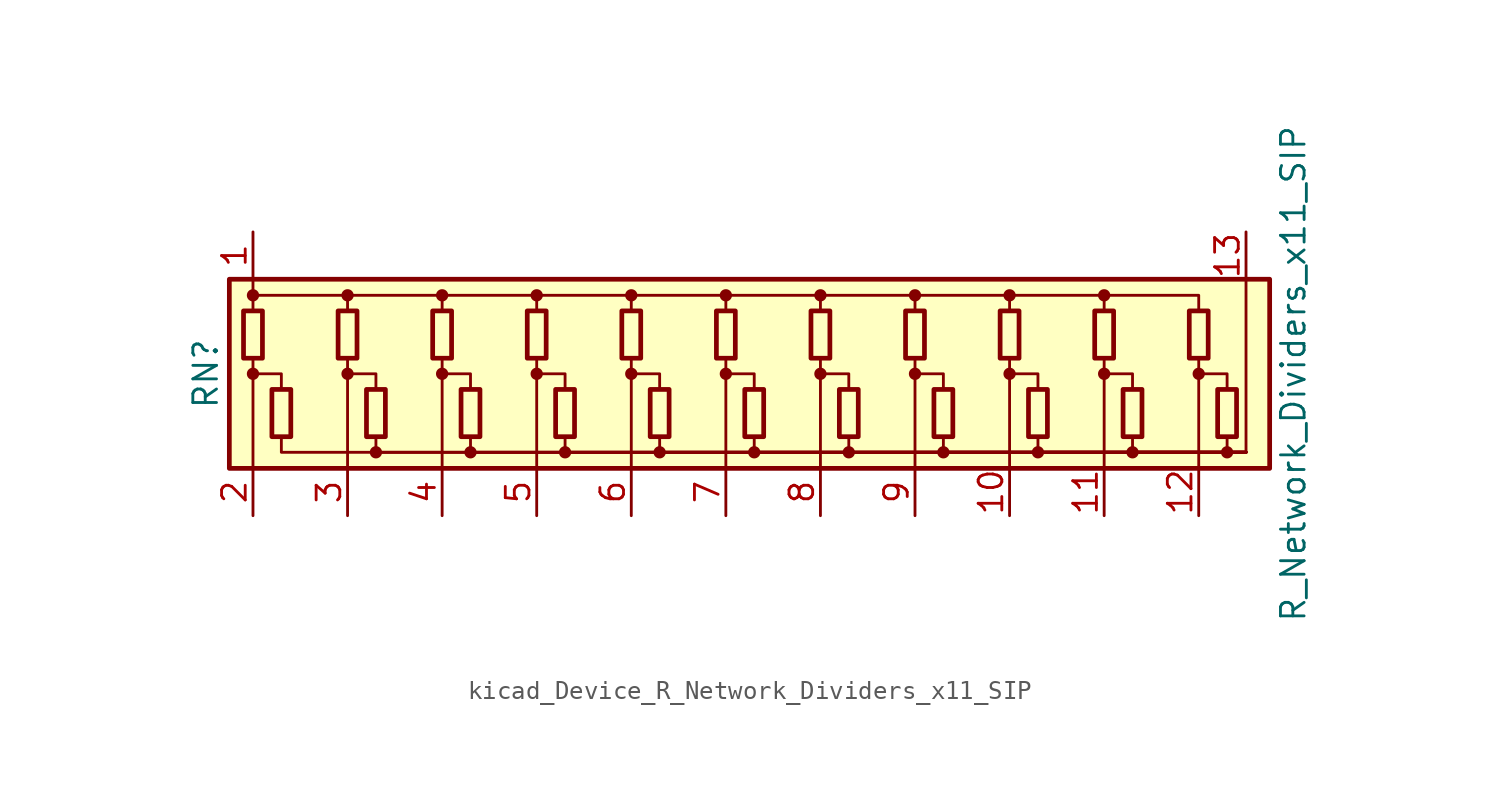
<source format=kicad_sym>
(kicad_symbol_lib
  (version 20220914)
  (generator kicad_symbol_editor)
  (symbol "kicad_Device_R_Network_Dividers_x11_SIP"
    (pin_names
      (offset 0) hide)
    (property "Reference" "RN"
      (at -27.94 0 90)
      (effects (font (size 1.27 1.27))))
    (property "Value" "R_Network_Dividers_x11_SIP"
      (at 30.48 0 90)
      (effects (font (size 1.27 1.27))))
    (symbol "kicad_Device_R_Network_Dividers_x11_SIP_0_1"
      (rectangle (start -26.67 -5.08) (end 29.21 5.08) (stroke (width 0.254) (type default)) (fill (type background)))
      (rectangle (start -25.908 3.378) (end -24.892 0.838) (stroke (width 0.254) (type default)) (fill (type none)))
      (circle (center -25.4 0) (radius 0.254) (stroke (width 0) (type default)) (fill (type outline)))
      (circle (center -25.4 4.216) (radius 0.254) (stroke (width 0) (type default)) (fill (type outline)))
      (rectangle (start -24.384 -3.378) (end -23.368 -0.838) (stroke (width 0.254) (type default)) (fill (type none)))
      (rectangle (start -20.828 3.378) (end -19.812 0.838) (stroke (width 0.254) (type default)) (fill (type none)))
      (circle (center -20.32 0) (radius 0.254) (stroke (width 0) (type default)) (fill (type outline)))
      (circle (center -20.32 4.216) (radius 0.254) (stroke (width 0) (type default)) (fill (type outline)))
      (rectangle (start -19.304 -3.378) (end -18.288 -0.838) (stroke (width 0.254) (type default)) (fill (type none)))
      (circle (center -18.796 -4.216) (radius 0.254) (stroke (width 0) (type default)) (fill (type outline)))
      (rectangle (start -15.748 3.378) (end -14.732 0.838) (stroke (width 0.254) (type default)) (fill (type none)))
      (circle (center -15.24 0) (radius 0.254) (stroke (width 0) (type default)) (fill (type outline)))
      (circle (center -15.24 4.216) (radius 0.254) (stroke (width 0) (type default)) (fill (type outline)))
      (rectangle (start -14.224 -3.378) (end -13.208 -0.838) (stroke (width 0.254) (type default)) (fill (type none)))
      (circle (center -13.716 -4.216) (radius 0.254) (stroke (width 0) (type default)) (fill (type outline)))
      (rectangle (start -10.668 3.378) (end -9.652 0.838) (stroke (width 0.254) (type default)) (fill (type none)))
      (circle (center -10.16 0) (radius 0.254) (stroke (width 0) (type default)) (fill (type outline)))
      (circle (center -10.16 4.216) (radius 0.254) (stroke (width 0) (type default)) (fill (type outline)))
      (rectangle (start -9.144 -3.378) (end -8.128 -0.838) (stroke (width 0.254) (type default)) (fill (type none)))
      (circle (center -8.636 -4.216) (radius 0.254) (stroke (width 0) (type default)) (fill (type outline)))
      (rectangle (start -5.588 3.378) (end -4.572 0.838) (stroke (width 0.254) (type default)) (fill (type none)))
      (circle (center -5.08 0) (radius 0.254) (stroke (width 0) (type default)) (fill (type outline)))
      (circle (center -5.08 4.216) (radius 0.254) (stroke (width 0) (type default)) (fill (type outline)))
      (rectangle (start -4.064 -3.378) (end -3.048 -0.838) (stroke (width 0.254) (type default)) (fill (type none)))
      (circle (center -3.556 -4.216) (radius 0.254) (stroke (width 0) (type default)) (fill (type outline)))
      (rectangle (start -0.508 3.378) (end 0.508 0.838) (stroke (width 0.254) (type default)) (fill (type none)))
      (polyline (pts (xy -25.4 -5.08) (xy -25.4 0.838)) (stroke (width 0) (type default)) (fill (type none)))
      (polyline (pts (xy -25.4 5.08) (xy -25.4 3.378)) (stroke (width 0) (type default)) (fill (type none)))
      (polyline (pts (xy -20.32 -5.08) (xy -20.32 0.838)) (stroke (width 0) (type default)) (fill (type none)))
      (polyline (pts (xy -15.24 -5.08) (xy -15.24 0.838)) (stroke (width 0) (type default)) (fill (type none)))
      (polyline (pts (xy -10.16 -5.08) (xy -10.16 0.838)) (stroke (width 0) (type default)) (fill (type none)))
      (polyline (pts (xy -5.08 -5.08) (xy -5.08 0.838)) (stroke (width 0) (type default)) (fill (type none)))
      (polyline (pts (xy 0 -5.08) (xy 0 0.838)) (stroke (width 0) (type default)) (fill (type none)))
      (polyline (pts (xy 5.08 -5.08) (xy 5.08 0.838)) (stroke (width 0) (type default)) (fill (type none)))
      (polyline (pts (xy 10.16 -5.08) (xy 10.16 0.838)) (stroke (width 0) (type default)) (fill (type none)))
      (polyline (pts (xy 15.24 -5.08) (xy 15.24 0.838)) (stroke (width 0) (type default)) (fill (type none)))
      (polyline (pts (xy 20.32 -5.08) (xy 20.32 0.838)) (stroke (width 0) (type default)) (fill (type none)))
      (polyline (pts (xy 25.4 -5.08) (xy 25.4 0.838)) (stroke (width 0) (type default)) (fill (type none)))
      (polyline (pts (xy 27.94 -4.216) (xy 27.94 5.08)) (stroke (width 0) (type default)) (fill (type none)))
      (polyline (pts (xy -25.4 0) (xy -23.876 0) (xy -23.876 -0.838)) (stroke (width 0) (type default)) (fill (type none)))
      (polyline (pts (xy -25.4 4.216) (xy -20.32 4.216) (xy -20.32 3.378)) (stroke (width 0) (type default)) (fill (type none)))
      (polyline (pts (xy -23.876 -3.378) (xy -23.876 -4.216) (xy 27.94 -4.216)) (stroke (width 0) (type default)) (fill (type none)))
      (polyline (pts (xy -20.32 0) (xy -18.796 0) (xy -18.796 -0.838)) (stroke (width 0) (type default)) (fill (type none)))
      (polyline (pts (xy -20.32 4.216) (xy -15.24 4.216) (xy -15.24 3.378)) (stroke (width 0) (type default)) (fill (type none)))
      (polyline (pts (xy -18.796 -3.378) (xy -18.796 -4.216) (xy 27.94 -4.216)) (stroke (width 0) (type default)) (fill (type none)))
      (polyline (pts (xy -15.24 0) (xy -13.716 0) (xy -13.716 -0.838)) (stroke (width 0) (type default)) (fill (type none)))
      (polyline (pts (xy -15.24 4.216) (xy -10.16 4.216) (xy -10.16 3.378)) (stroke (width 0) (type default)) (fill (type none)))
      (polyline (pts (xy -13.716 -3.378) (xy -13.716 -4.216) (xy 27.94 -4.216)) (stroke (width 0) (type default)) (fill (type none)))
      (polyline (pts (xy -10.16 0) (xy -8.636 0) (xy -8.636 -0.838)) (stroke (width 0) (type default)) (fill (type none)))
      (polyline (pts (xy -10.16 4.216) (xy -5.08 4.216) (xy -5.08 3.378)) (stroke (width 0) (type default)) (fill (type none)))
      (polyline (pts (xy -8.636 -3.378) (xy -8.636 -4.216) (xy 27.94 -4.216)) (stroke (width 0) (type default)) (fill (type none)))
      (polyline (pts (xy -5.08 0) (xy -3.556 0) (xy -3.556 -0.838)) (stroke (width 0) (type default)) (fill (type none)))
      (polyline (pts (xy -5.08 4.216) (xy 0 4.216) (xy 0 3.378)) (stroke (width 0) (type default)) (fill (type none)))
      (polyline (pts (xy -3.556 -3.378) (xy -3.556 -4.216) (xy 27.94 -4.216)) (stroke (width 0) (type default)) (fill (type none)))
      (polyline (pts (xy 0 0) (xy 1.524 0) (xy 1.524 -0.838)) (stroke (width 0) (type default)) (fill (type none)))
      (polyline (pts (xy 0 4.216) (xy 5.08 4.216) (xy 5.08 3.378)) (stroke (width 0) (type default)) (fill (type none)))
      (polyline (pts (xy 1.524 -3.378) (xy 1.524 -4.216) (xy 27.94 -4.216)) (stroke (width 0) (type default)) (fill (type none)))
      (polyline (pts (xy 5.08 0) (xy 6.604 0) (xy 6.604 -0.838)) (stroke (width 0) (type default)) (fill (type none)))
      (polyline (pts (xy 5.08 4.216) (xy 10.16 4.216) (xy 10.16 3.378)) (stroke (width 0) (type default)) (fill (type none)))
      (polyline (pts (xy 6.604 -3.378) (xy 6.604 -4.216) (xy 27.94 -4.216)) (stroke (width 0) (type default)) (fill (type none)))
      (polyline (pts (xy 10.16 0) (xy 11.684 0) (xy 11.684 -0.838)) (stroke (width 0) (type default)) (fill (type none)))
      (polyline (pts (xy 10.16 4.216) (xy 15.24 4.216) (xy 15.24 3.378)) (stroke (width 0) (type default)) (fill (type none)))
      (polyline (pts (xy 11.684 -3.378) (xy 11.684 -4.216) (xy 27.94 -4.216)) (stroke (width 0) (type default)) (fill (type none)))
      (polyline (pts (xy 15.24 0) (xy 16.764 0) (xy 16.764 -0.838)) (stroke (width 0) (type default)) (fill (type none)))
      (polyline (pts (xy 15.24 4.216) (xy 20.32 4.216) (xy 20.32 3.378)) (stroke (width 0) (type default)) (fill (type none)))
      (polyline (pts (xy 16.764 -3.378) (xy 16.764 -4.216) (xy 27.94 -4.216)) (stroke (width 0) (type default)) (fill (type none)))
      (polyline (pts (xy 20.32 0) (xy 21.844 0) (xy 21.844 -0.838)) (stroke (width 0) (type default)) (fill (type none)))
      (polyline (pts (xy 20.32 4.216) (xy 25.4 4.216) (xy 25.4 3.378)) (stroke (width 0) (type default)) (fill (type none)))
      (polyline (pts (xy 21.844 -3.378) (xy 21.844 -4.216) (xy 27.94 -4.216)) (stroke (width 0) (type default)) (fill (type none)))
      (polyline (pts (xy 25.4 0) (xy 26.924 0) (xy 26.924 -0.838)) (stroke (width 0) (type default)) (fill (type none)))
      (polyline (pts (xy 26.924 -3.378) (xy 26.924 -4.216) (xy 27.94 -4.216)) (stroke (width 0) (type default)) (fill (type none)))
      (circle (center 0 0) (radius 0.254) (stroke (width 0) (type default)) (fill (type outline)))
      (circle (center 0 4.216) (radius 0.254) (stroke (width 0) (type default)) (fill (type outline)))
      (rectangle (start 1.016 -3.378) (end 2.032 -0.838) (stroke (width 0.254) (type default)) (fill (type none)))
      (circle (center 1.524 -4.216) (radius 0.254) (stroke (width 0) (type default)) (fill (type outline)))
      (rectangle (start 4.572 3.378) (end 5.588 0.838) (stroke (width 0.254) (type default)) (fill (type none)))
      (circle (center 5.08 0) (radius 0.254) (stroke (width 0) (type default)) (fill (type outline)))
      (circle (center 5.08 4.216) (radius 0.254) (stroke (width 0) (type default)) (fill (type outline)))
      (rectangle (start 6.096 -3.378) (end 7.112 -0.838) (stroke (width 0.254) (type default)) (fill (type none)))
      (circle (center 6.604 -4.216) (radius 0.254) (stroke (width 0) (type default)) (fill (type outline)))
      (rectangle (start 9.652 3.378) (end 10.668 0.838) (stroke (width 0.254) (type default)) (fill (type none)))
      (circle (center 10.16 0) (radius 0.254) (stroke (width 0) (type default)) (fill (type outline)))
      (circle (center 10.16 4.216) (radius 0.254) (stroke (width 0) (type default)) (fill (type outline)))
      (rectangle (start 11.176 -3.378) (end 12.192 -0.838) (stroke (width 0.254) (type default)) (fill (type none)))
      (circle (center 11.684 -4.216) (radius 0.254) (stroke (width 0) (type default)) (fill (type outline)))
      (rectangle (start 14.732 3.378) (end 15.748 0.838) (stroke (width 0.254) (type default)) (fill (type none)))
      (circle (center 15.24 0) (radius 0.254) (stroke (width 0) (type default)) (fill (type outline)))
      (circle (center 15.24 4.216) (radius 0.254) (stroke (width 0) (type default)) (fill (type outline)))
      (rectangle (start 16.256 -3.378) (end 17.272 -0.838) (stroke (width 0.254) (type default)) (fill (type none)))
      (circle (center 16.764 -4.216) (radius 0.254) (stroke (width 0) (type default)) (fill (type outline)))
      (rectangle (start 19.812 3.378) (end 20.828 0.838) (stroke (width 0.254) (type default)) (fill (type none)))
      (circle (center 20.32 0) (radius 0.254) (stroke (width 0) (type default)) (fill (type outline)))
      (circle (center 20.32 4.216) (radius 0.254) (stroke (width 0) (type default)) (fill (type outline)))
      (rectangle (start 21.336 -3.378) (end 22.352 -0.838) (stroke (width 0.254) (type default)) (fill (type none)))
      (circle (center 21.844 -4.216) (radius 0.254) (stroke (width 0) (type default)) (fill (type outline)))
      (rectangle (start 24.892 3.378) (end 25.908 0.838) (stroke (width 0.254) (type default)) (fill (type none)))
      (circle (center 25.4 0) (radius 0.254) (stroke (width 0) (type default)) (fill (type outline)))
      (rectangle (start 26.416 -3.378) (end 27.432 -0.838) (stroke (width 0.254) (type default)) (fill (type none)))
      (circle (center 26.924 -4.216) (radius 0.254) (stroke (width 0) (type default)) (fill (type outline))))
    (symbol "kicad_Device_R_Network_Dividers_x11_SIP_1_1"
      (pin passive line (at -25.4 7.62 270) (length 2.54) (name "COM1" (effects (font (size 1.27 1.27)))) (number "1" (effects (font (size 1.27 1.27)))))
      (pin passive line (at 15.24 -7.62 90) (length 2.54) (name "R9" (effects (font (size 1.27 1.27)))) (number "10" (effects (font (size 1.27 1.27)))))
      (pin passive line (at 20.32 -7.62 90) (length 2.54) (name "R10" (effects (font (size 1.27 1.27)))) (number "11" (effects (font (size 1.27 1.27)))))
      (pin passive line (at 25.4 -7.62 90) (length 2.54) (name "R11" (effects (font (size 1.27 1.27)))) (number "12" (effects (font (size 1.27 1.27)))))
      (pin passive line (at 27.94 7.62 270) (length 2.54) (name "COM2" (effects (font (size 1.27 1.27)))) (number "13" (effects (font (size 1.27 1.27)))))
      (pin passive line (at -25.4 -7.62 90) (length 2.54) (name "R1" (effects (font (size 1.27 1.27)))) (number "2" (effects (font (size 1.27 1.27)))))
      (pin passive line (at -20.32 -7.62 90) (length 2.54) (name "R2" (effects (font (size 1.27 1.27)))) (number "3" (effects (font (size 1.27 1.27)))))
      (pin passive line (at -15.24 -7.62 90) (length 2.54) (name "R3" (effects (font (size 1.27 1.27)))) (number "4" (effects (font (size 1.27 1.27)))))
      (pin passive line (at -10.16 -7.62 90) (length 2.54) (name "R4" (effects (font (size 1.27 1.27)))) (number "5" (effects (font (size 1.27 1.27)))))
      (pin passive line (at -5.08 -7.62 90) (length 2.54) (name "R5" (effects (font (size 1.27 1.27)))) (number "6" (effects (font (size 1.27 1.27)))))
      (pin passive line (at 0 -7.62 90) (length 2.54) (name "R6" (effects (font (size 1.27 1.27)))) (number "7" (effects (font (size 1.27 1.27)))))
      (pin passive line (at 5.08 -7.62 90) (length 2.54) (name "R7" (effects (font (size 1.27 1.27)))) (number "8" (effects (font (size 1.27 1.27)))))
      (pin passive line (at 10.16 -7.62 90) (length 2.54) (name "R8" (effects (font (size 1.27 1.27)))) (number "9" (effects (font (size 1.27 1.27))))))))
</source>
